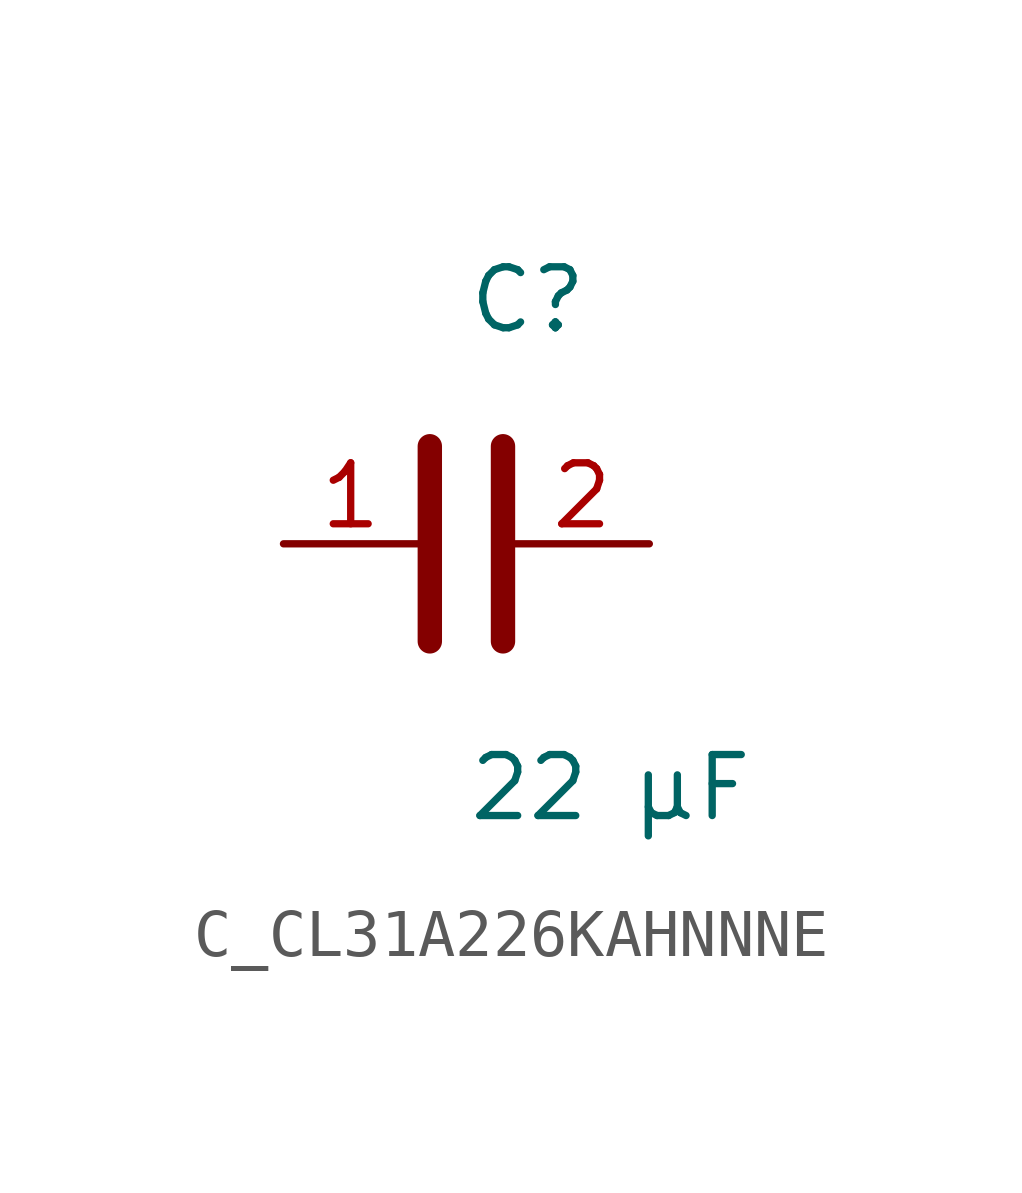
<source format=kicad_sym>
(kicad_symbol_lib
  (version 20231120)
  (generator kicad_symbol_editor)
  (generator_version 8.0)
  (symbol "C_CL31A226KAHNNNE"
    (pin_names
      (offset 0.254))
    (property "Reference" "C"
      (at 0 5.08 0)
      (effects (font (size 1.27 1.27)) (justify left)))
    (property "Value" "22 µF"
      (at 0 -5.08 0)
      (effects (font (size 1.27 1.27)) (justify left)))
    (symbol "C_CL31A226KAHNNNE_0_1"
      (polyline (pts (xy -0.762 -2.032) (xy -0.762 2.032)) (stroke (width 0.508) (type default)) (fill (type none)))
      (polyline (pts (xy 0.762 -2.032) (xy 0.762 2.032)) (stroke (width 0.508) (type default)) (fill (type none))))
    (pin unspecified line
      (at -3.81 0 0)
      (length 2.8)
      (name "" (effects (font (size 1.27 1.27))))
      (number "1" (effects (font (size 1.27 1.27)))))
    (pin unspecified line
      (at 3.81 0 180)
      (length 2.8)
      (name "" (effects (font (size 1.27 1.27))))
      (number "2" (effects (font (size 1.27 1.27)))))))
</source>
